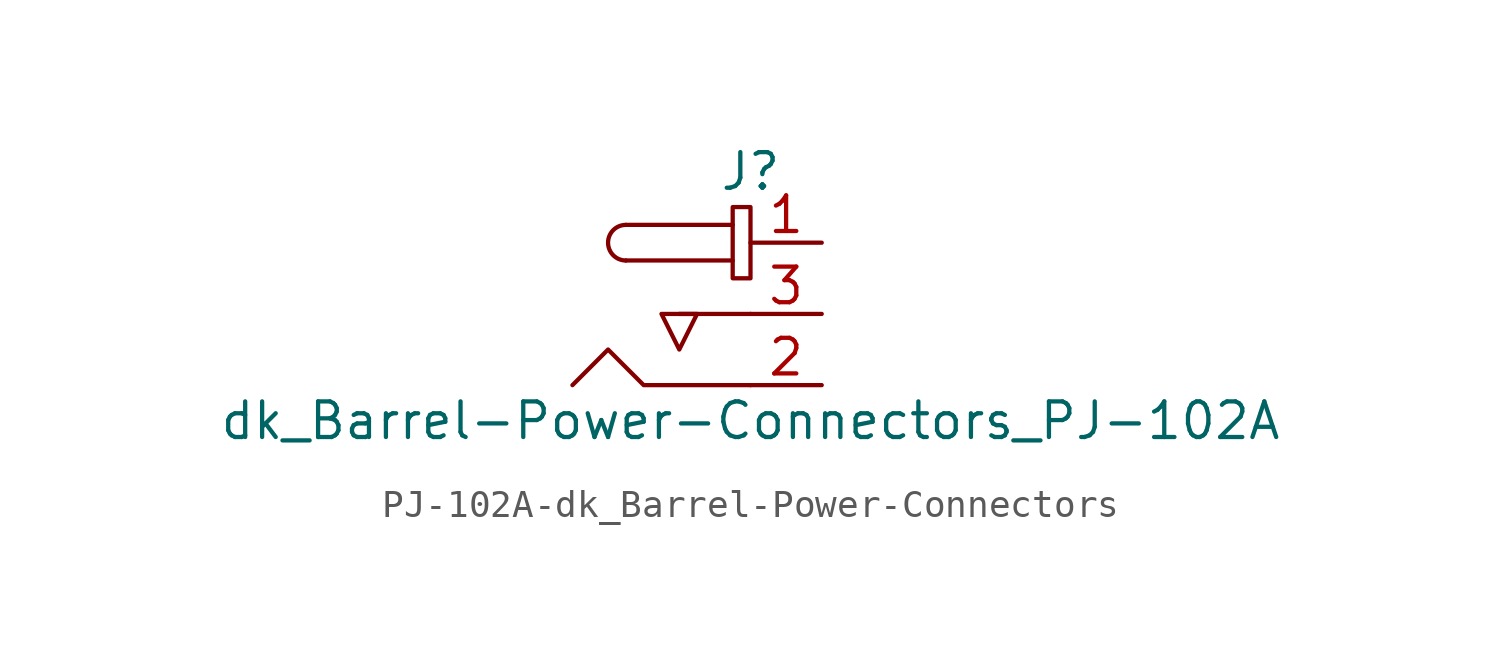
<source format=kicad_sym>
(kicad_symbol_lib
  (version 20231120)
  (generator "kicad_symbol_editor")
  (generator_version "8.0")
  (symbol "PJ-102A-dk_Barrel-Power-Connectors"
    (pin_names
      (offset 1.016))
    (property "Reference" "J"
      (at 0 2.54 0)
      (effects (font (size 1.27 1.27))))
    (property "Value" "dk_Barrel-Power-Connectors_PJ-102A"
      (at 0 -6.35 0)
      (effects (font (size 1.27 1.27))))
    (symbol "PJ-102A-dk_Barrel-Power-Connectors_0_1"
      (arc (start -4.445 0.635) (mid -5.08 0) (end -4.445 -0.635) (stroke (width 0) (type solid)) (fill (type none)))
      (rectangle (start -0.635 1.27) (end 0 -1.27) (stroke (width 0) (type solid)) (fill (type none)))
      (polyline (pts (xy -0.635 -0.635) (xy -4.445 -0.635)) (stroke (width 0) (type solid)) (fill (type none)))
      (polyline (pts (xy -0.635 0.635) (xy -4.445 0.635)) (stroke (width 0) (type solid)) (fill (type none)))
      (polyline (pts (xy 0 -2.54) (xy -1.27 -2.54) (xy -2.54 -2.54)) (stroke (width 0) (type solid)) (fill (type none)))
      (polyline (pts (xy 0 -5.08) (xy -3.81 -5.08) (xy -5.08 -3.81) (xy -6.35 -5.08)) (stroke (width 0) (type solid)) (fill (type none)))
      (polyline (pts (xy -2.54 -2.54) (xy -3.175 -2.54) (xy -2.54 -3.81) (xy -1.905 -2.54) (xy -2.54 -2.54)) (stroke (width 0) (type solid)) (fill (type none))))
    (symbol "PJ-102A-dk_Barrel-Power-Connectors_1_1"
      (pin passive line (at 2.54 0 180) (length 2.54) (name "~" (effects (font (size 1.27 1.27)))) (number "1" (effects (font (size 1.27 1.27)))))
      (pin passive line (at 2.54 -5.08 180) (length 2.54) (name "~" (effects (font (size 1.27 1.27)))) (number "2" (effects (font (size 1.27 1.27)))))
      (pin passive line (at 2.54 -2.54 180) (length 2.54) (name "~" (effects (font (size 1.27 1.27)))) (number "3" (effects (font (size 1.27 1.27))))))))
</source>
